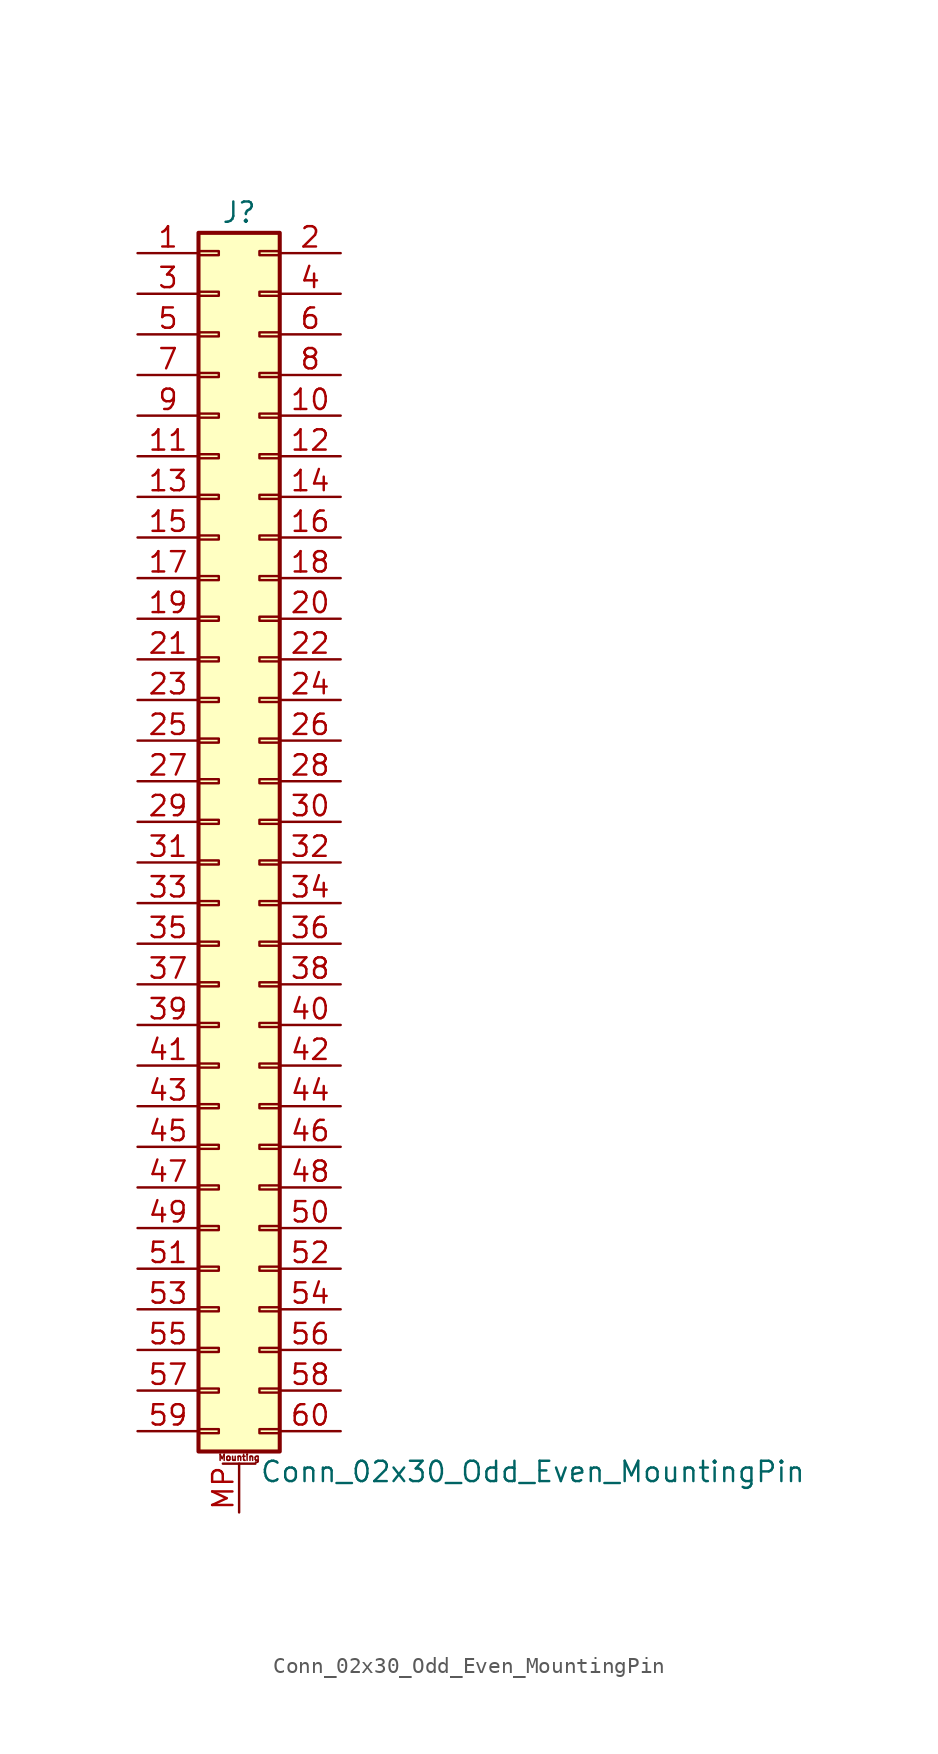
<source format=kicad_sym>
(kicad_symbol_lib
  (version 20201005)
  (generator kicad_symbol_editor)
  (symbol "Connector_Generic_MountingPin:Conn_02x30_Odd_Even_MountingPin"
    (pin_names
      (offset 1.016) hide)
    (property "Reference" "J"
      (at 1.27 38.1 0)
      (effects (font (size 1.27 1.27))))
    (property "Value" "Conn_02x30_Odd_Even_MountingPin"
      (at 2.54 -40.64 0)
      (effects (font (size 1.27 1.27)) (justify left)))
    (symbol "Conn_02x30_Odd_Even_MountingPin_1_1"
      (text "Mounting" (at 1.27 -39.751 0) (effects (font (size 0.381 0.381))))
      (rectangle (start -1.27 -27.813) (end 0 -28.067) (stroke (width 0.152)) (fill (type none)))
      (rectangle (start -1.27 -30.353) (end 0 -30.607) (stroke (width 0.152)) (fill (type none)))
      (rectangle (start -1.27 -32.893) (end 0 -33.147) (stroke (width 0.152)) (fill (type none)))
      (rectangle (start -1.27 -35.433) (end 0 -35.687) (stroke (width 0.152)) (fill (type none)))
      (rectangle (start -1.27 -37.973) (end 0 -38.227) (stroke (width 0.152)) (fill (type none)))
      (rectangle (start -1.27 -4.953) (end 0 -5.207) (stroke (width 0.152)) (fill (type none)))
      (rectangle (start -1.27 -7.493) (end 0 -7.747) (stroke (width 0.152)) (fill (type none)))
      (rectangle (start -1.27 -10.033) (end 0 -10.287) (stroke (width 0.152)) (fill (type none)))
      (rectangle (start -1.27 -12.573) (end 0 -12.827) (stroke (width 0.152)) (fill (type none)))
      (rectangle (start -1.27 -15.113) (end 0 -15.367) (stroke (width 0.152)) (fill (type none)))
      (rectangle (start -1.27 -17.653) (end 0 -17.907) (stroke (width 0.152)) (fill (type none)))
      (rectangle (start -1.27 -20.193) (end 0 -20.447) (stroke (width 0.152)) (fill (type none)))
      (rectangle (start -1.27 -22.733) (end 0 -22.987) (stroke (width 0.152)) (fill (type none)))
      (rectangle (start -1.27 -2.413) (end 0 -2.667) (stroke (width 0.152)) (fill (type none)))
      (rectangle (start -1.27 -25.273) (end 0 -25.527) (stroke (width 0.152)) (fill (type none)))
      (rectangle (start -1.27 25.527) (end 0 25.273) (stroke (width 0.152)) (fill (type none)))
      (rectangle (start -1.27 2.667) (end 0 2.413) (stroke (width 0.152)) (fill (type none)))
      (rectangle (start -1.27 28.067) (end 0 27.813) (stroke (width 0.152)) (fill (type none)))
      (rectangle (start -1.27 30.607) (end 0 30.353) (stroke (width 0.152)) (fill (type none)))
      (rectangle (start -1.27 33.147) (end 0 32.893) (stroke (width 0.152)) (fill (type none)))
      (rectangle (start -1.27 35.687) (end 0 35.433) (stroke (width 0.152)) (fill (type none)))
      (rectangle (start -1.27 36.83) (end 3.81 -39.37) (stroke (width 0.254)) (fill (type background)))
      (rectangle (start -1.27 5.207) (end 0 4.953) (stroke (width 0.152)) (fill (type none)))
      (rectangle (start -1.27 7.747) (end 0 7.493) (stroke (width 0.152)) (fill (type none)))
      (rectangle (start -1.27 10.287) (end 0 10.033) (stroke (width 0.152)) (fill (type none)))
      (rectangle (start -1.27 0.127) (end 0 -0.127) (stroke (width 0.152)) (fill (type none)))
      (rectangle (start -1.27 12.827) (end 0 12.573) (stroke (width 0.152)) (fill (type none)))
      (rectangle (start -1.27 15.367) (end 0 15.113) (stroke (width 0.152)) (fill (type none)))
      (rectangle (start -1.27 17.907) (end 0 17.653) (stroke (width 0.152)) (fill (type none)))
      (rectangle (start -1.27 20.447) (end 0 20.193) (stroke (width 0.152)) (fill (type none)))
      (rectangle (start -1.27 22.987) (end 0 22.733) (stroke (width 0.152)) (fill (type none)))
      (rectangle (start 3.81 -27.813) (end 2.54 -28.067) (stroke (width 0.152)) (fill (type none)))
      (rectangle (start 3.81 -30.353) (end 2.54 -30.607) (stroke (width 0.152)) (fill (type none)))
      (rectangle (start 3.81 -32.893) (end 2.54 -33.147) (stroke (width 0.152)) (fill (type none)))
      (rectangle (start 3.81 -35.433) (end 2.54 -35.687) (stroke (width 0.152)) (fill (type none)))
      (rectangle (start 3.81 -37.973) (end 2.54 -38.227) (stroke (width 0.152)) (fill (type none)))
      (rectangle (start 3.81 -4.953) (end 2.54 -5.207) (stroke (width 0.152)) (fill (type none)))
      (rectangle (start 3.81 -7.493) (end 2.54 -7.747) (stroke (width 0.152)) (fill (type none)))
      (rectangle (start 3.81 -10.033) (end 2.54 -10.287) (stroke (width 0.152)) (fill (type none)))
      (rectangle (start 3.81 -12.573) (end 2.54 -12.827) (stroke (width 0.152)) (fill (type none)))
      (rectangle (start 3.81 -15.113) (end 2.54 -15.367) (stroke (width 0.152)) (fill (type none)))
      (rectangle (start 3.81 -17.653) (end 2.54 -17.907) (stroke (width 0.152)) (fill (type none)))
      (rectangle (start 3.81 -20.193) (end 2.54 -20.447) (stroke (width 0.152)) (fill (type none)))
      (rectangle (start 3.81 -22.733) (end 2.54 -22.987) (stroke (width 0.152)) (fill (type none)))
      (rectangle (start 3.81 -2.413) (end 2.54 -2.667) (stroke (width 0.152)) (fill (type none)))
      (rectangle (start 3.81 -25.273) (end 2.54 -25.527) (stroke (width 0.152)) (fill (type none)))
      (rectangle (start 3.81 25.527) (end 2.54 25.273) (stroke (width 0.152)) (fill (type none)))
      (rectangle (start 3.81 2.667) (end 2.54 2.413) (stroke (width 0.152)) (fill (type none)))
      (rectangle (start 3.81 28.067) (end 2.54 27.813) (stroke (width 0.152)) (fill (type none)))
      (rectangle (start 3.81 30.607) (end 2.54 30.353) (stroke (width 0.152)) (fill (type none)))
      (rectangle (start 3.81 33.147) (end 2.54 32.893) (stroke (width 0.152)) (fill (type none)))
      (rectangle (start 3.81 35.687) (end 2.54 35.433) (stroke (width 0.152)) (fill (type none)))
      (rectangle (start 3.81 5.207) (end 2.54 4.953) (stroke (width 0.152)) (fill (type none)))
      (rectangle (start 3.81 7.747) (end 2.54 7.493) (stroke (width 0.152)) (fill (type none)))
      (rectangle (start 3.81 10.287) (end 2.54 10.033) (stroke (width 0.152)) (fill (type none)))
      (rectangle (start 3.81 0.127) (end 2.54 -0.127) (stroke (width 0.152)) (fill (type none)))
      (rectangle (start 3.81 12.827) (end 2.54 12.573) (stroke (width 0.152)) (fill (type none)))
      (rectangle (start 3.81 15.367) (end 2.54 15.113) (stroke (width 0.152)) (fill (type none)))
      (rectangle (start 3.81 17.907) (end 2.54 17.653) (stroke (width 0.152)) (fill (type none)))
      (rectangle (start 3.81 20.447) (end 2.54 20.193) (stroke (width 0.152)) (fill (type none)))
      (rectangle (start 3.81 22.987) (end 2.54 22.733) (stroke (width 0.152)) (fill (type none)))
      (polyline (pts (xy 0.254 -40.132) (xy 2.286 -40.132)) (stroke (width 0.152)) (fill (type none)))
      (pin passive line (at 1.27 -43.18 90) (length 3.048) (name "MountPin" (effects (font (size 1.27 1.27)))) (number "MP" (effects (font (size 1.27 1.27)))))
      (pin passive line (at -5.08 35.56 0) (length 3.81) (name "Pin_1" (effects (font (size 1.27 1.27)))) (number "1" (effects (font (size 1.27 1.27)))))
      (pin passive line (at 7.62 25.4 180) (length 3.81) (name "Pin_10" (effects (font (size 1.27 1.27)))) (number "10" (effects (font (size 1.27 1.27)))))
      (pin passive line (at -5.08 22.86 0) (length 3.81) (name "Pin_11" (effects (font (size 1.27 1.27)))) (number "11" (effects (font (size 1.27 1.27)))))
      (pin passive line (at 7.62 22.86 180) (length 3.81) (name "Pin_12" (effects (font (size 1.27 1.27)))) (number "12" (effects (font (size 1.27 1.27)))))
      (pin passive line (at -5.08 20.32 0) (length 3.81) (name "Pin_13" (effects (font (size 1.27 1.27)))) (number "13" (effects (font (size 1.27 1.27)))))
      (pin passive line (at 7.62 20.32 180) (length 3.81) (name "Pin_14" (effects (font (size 1.27 1.27)))) (number "14" (effects (font (size 1.27 1.27)))))
      (pin passive line (at -5.08 17.78 0) (length 3.81) (name "Pin_15" (effects (font (size 1.27 1.27)))) (number "15" (effects (font (size 1.27 1.27)))))
      (pin passive line (at 7.62 17.78 180) (length 3.81) (name "Pin_16" (effects (font (size 1.27 1.27)))) (number "16" (effects (font (size 1.27 1.27)))))
      (pin passive line (at -5.08 15.24 0) (length 3.81) (name "Pin_17" (effects (font (size 1.27 1.27)))) (number "17" (effects (font (size 1.27 1.27)))))
      (pin passive line (at 7.62 15.24 180) (length 3.81) (name "Pin_18" (effects (font (size 1.27 1.27)))) (number "18" (effects (font (size 1.27 1.27)))))
      (pin passive line (at -5.08 12.7 0) (length 3.81) (name "Pin_19" (effects (font (size 1.27 1.27)))) (number "19" (effects (font (size 1.27 1.27)))))
      (pin passive line (at 7.62 35.56 180) (length 3.81) (name "Pin_2" (effects (font (size 1.27 1.27)))) (number "2" (effects (font (size 1.27 1.27)))))
      (pin passive line (at 7.62 12.7 180) (length 3.81) (name "Pin_20" (effects (font (size 1.27 1.27)))) (number "20" (effects (font (size 1.27 1.27)))))
      (pin passive line (at -5.08 10.16 0) (length 3.81) (name "Pin_21" (effects (font (size 1.27 1.27)))) (number "21" (effects (font (size 1.27 1.27)))))
      (pin passive line (at 7.62 10.16 180) (length 3.81) (name "Pin_22" (effects (font (size 1.27 1.27)))) (number "22" (effects (font (size 1.27 1.27)))))
      (pin passive line (at -5.08 7.62 0) (length 3.81) (name "Pin_23" (effects (font (size 1.27 1.27)))) (number "23" (effects (font (size 1.27 1.27)))))
      (pin passive line (at 7.62 7.62 180) (length 3.81) (name "Pin_24" (effects (font (size 1.27 1.27)))) (number "24" (effects (font (size 1.27 1.27)))))
      (pin passive line (at -5.08 5.08 0) (length 3.81) (name "Pin_25" (effects (font (size 1.27 1.27)))) (number "25" (effects (font (size 1.27 1.27)))))
      (pin passive line (at 7.62 5.08 180) (length 3.81) (name "Pin_26" (effects (font (size 1.27 1.27)))) (number "26" (effects (font (size 1.27 1.27)))))
      (pin passive line (at -5.08 2.54 0) (length 3.81) (name "Pin_27" (effects (font (size 1.27 1.27)))) (number "27" (effects (font (size 1.27 1.27)))))
      (pin passive line (at 7.62 2.54 180) (length 3.81) (name "Pin_28" (effects (font (size 1.27 1.27)))) (number "28" (effects (font (size 1.27 1.27)))))
      (pin passive line (at -5.08 0 0) (length 3.81) (name "Pin_29" (effects (font (size 1.27 1.27)))) (number "29" (effects (font (size 1.27 1.27)))))
      (pin passive line (at -5.08 33.02 0) (length 3.81) (name "Pin_3" (effects (font (size 1.27 1.27)))) (number "3" (effects (font (size 1.27 1.27)))))
      (pin passive line (at 7.62 0 180) (length 3.81) (name "Pin_30" (effects (font (size 1.27 1.27)))) (number "30" (effects (font (size 1.27 1.27)))))
      (pin passive line (at -5.08 -2.54 0) (length 3.81) (name "Pin_31" (effects (font (size 1.27 1.27)))) (number "31" (effects (font (size 1.27 1.27)))))
      (pin passive line (at 7.62 -2.54 180) (length 3.81) (name "Pin_32" (effects (font (size 1.27 1.27)))) (number "32" (effects (font (size 1.27 1.27)))))
      (pin passive line (at -5.08 -5.08 0) (length 3.81) (name "Pin_33" (effects (font (size 1.27 1.27)))) (number "33" (effects (font (size 1.27 1.27)))))
      (pin passive line (at 7.62 -5.08 180) (length 3.81) (name "Pin_34" (effects (font (size 1.27 1.27)))) (number "34" (effects (font (size 1.27 1.27)))))
      (pin passive line (at -5.08 -7.62 0) (length 3.81) (name "Pin_35" (effects (font (size 1.27 1.27)))) (number "35" (effects (font (size 1.27 1.27)))))
      (pin passive line (at 7.62 -7.62 180) (length 3.81) (name "Pin_36" (effects (font (size 1.27 1.27)))) (number "36" (effects (font (size 1.27 1.27)))))
      (pin passive line (at -5.08 -10.16 0) (length 3.81) (name "Pin_37" (effects (font (size 1.27 1.27)))) (number "37" (effects (font (size 1.27 1.27)))))
      (pin passive line (at 7.62 -10.16 180) (length 3.81) (name "Pin_38" (effects (font (size 1.27 1.27)))) (number "38" (effects (font (size 1.27 1.27)))))
      (pin passive line (at -5.08 -12.7 0) (length 3.81) (name "Pin_39" (effects (font (size 1.27 1.27)))) (number "39" (effects (font (size 1.27 1.27)))))
      (pin passive line (at 7.62 33.02 180) (length 3.81) (name "Pin_4" (effects (font (size 1.27 1.27)))) (number "4" (effects (font (size 1.27 1.27)))))
      (pin passive line (at 7.62 -12.7 180) (length 3.81) (name "Pin_40" (effects (font (size 1.27 1.27)))) (number "40" (effects (font (size 1.27 1.27)))))
      (pin passive line (at -5.08 -15.24 0) (length 3.81) (name "Pin_41" (effects (font (size 1.27 1.27)))) (number "41" (effects (font (size 1.27 1.27)))))
      (pin passive line (at 7.62 -15.24 180) (length 3.81) (name "Pin_42" (effects (font (size 1.27 1.27)))) (number "42" (effects (font (size 1.27 1.27)))))
      (pin passive line (at -5.08 -17.78 0) (length 3.81) (name "Pin_43" (effects (font (size 1.27 1.27)))) (number "43" (effects (font (size 1.27 1.27)))))
      (pin passive line (at 7.62 -17.78 180) (length 3.81) (name "Pin_44" (effects (font (size 1.27 1.27)))) (number "44" (effects (font (size 1.27 1.27)))))
      (pin passive line (at -5.08 -20.32 0) (length 3.81) (name "Pin_45" (effects (font (size 1.27 1.27)))) (number "45" (effects (font (size 1.27 1.27)))))
      (pin passive line (at 7.62 -20.32 180) (length 3.81) (name "Pin_46" (effects (font (size 1.27 1.27)))) (number "46" (effects (font (size 1.27 1.27)))))
      (pin passive line (at -5.08 -22.86 0) (length 3.81) (name "Pin_47" (effects (font (size 1.27 1.27)))) (number "47" (effects (font (size 1.27 1.27)))))
      (pin passive line (at 7.62 -22.86 180) (length 3.81) (name "Pin_48" (effects (font (size 1.27 1.27)))) (number "48" (effects (font (size 1.27 1.27)))))
      (pin passive line (at -5.08 -25.4 0) (length 3.81) (name "Pin_49" (effects (font (size 1.27 1.27)))) (number "49" (effects (font (size 1.27 1.27)))))
      (pin passive line (at -5.08 30.48 0) (length 3.81) (name "Pin_5" (effects (font (size 1.27 1.27)))) (number "5" (effects (font (size 1.27 1.27)))))
      (pin passive line (at 7.62 -25.4 180) (length 3.81) (name "Pin_50" (effects (font (size 1.27 1.27)))) (number "50" (effects (font (size 1.27 1.27)))))
      (pin passive line (at -5.08 -27.94 0) (length 3.81) (name "Pin_51" (effects (font (size 1.27 1.27)))) (number "51" (effects (font (size 1.27 1.27)))))
      (pin passive line (at 7.62 -27.94 180) (length 3.81) (name "Pin_52" (effects (font (size 1.27 1.27)))) (number "52" (effects (font (size 1.27 1.27)))))
      (pin passive line (at -5.08 -30.48 0) (length 3.81) (name "Pin_53" (effects (font (size 1.27 1.27)))) (number "53" (effects (font (size 1.27 1.27)))))
      (pin passive line (at 7.62 -30.48 180) (length 3.81) (name "Pin_54" (effects (font (size 1.27 1.27)))) (number "54" (effects (font (size 1.27 1.27)))))
      (pin passive line (at -5.08 -33.02 0) (length 3.81) (name "Pin_55" (effects (font (size 1.27 1.27)))) (number "55" (effects (font (size 1.27 1.27)))))
      (pin passive line (at 7.62 -33.02 180) (length 3.81) (name "Pin_56" (effects (font (size 1.27 1.27)))) (number "56" (effects (font (size 1.27 1.27)))))
      (pin passive line (at -5.08 -35.56 0) (length 3.81) (name "Pin_57" (effects (font (size 1.27 1.27)))) (number "57" (effects (font (size 1.27 1.27)))))
      (pin passive line (at 7.62 -35.56 180) (length 3.81) (name "Pin_58" (effects (font (size 1.27 1.27)))) (number "58" (effects (font (size 1.27 1.27)))))
      (pin passive line (at -5.08 -38.1 0) (length 3.81) (name "Pin_59" (effects (font (size 1.27 1.27)))) (number "59" (effects (font (size 1.27 1.27)))))
      (pin passive line (at 7.62 30.48 180) (length 3.81) (name "Pin_6" (effects (font (size 1.27 1.27)))) (number "6" (effects (font (size 1.27 1.27)))))
      (pin passive line (at 7.62 -38.1 180) (length 3.81) (name "Pin_60" (effects (font (size 1.27 1.27)))) (number "60" (effects (font (size 1.27 1.27)))))
      (pin passive line (at -5.08 27.94 0) (length 3.81) (name "Pin_7" (effects (font (size 1.27 1.27)))) (number "7" (effects (font (size 1.27 1.27)))))
      (pin passive line (at 7.62 27.94 180) (length 3.81) (name "Pin_8" (effects (font (size 1.27 1.27)))) (number "8" (effects (font (size 1.27 1.27)))))
      (pin passive line (at -5.08 25.4 0) (length 3.81) (name "Pin_9" (effects (font (size 1.27 1.27)))) (number "9" (effects (font (size 1.27 1.27))))))))
</source>
